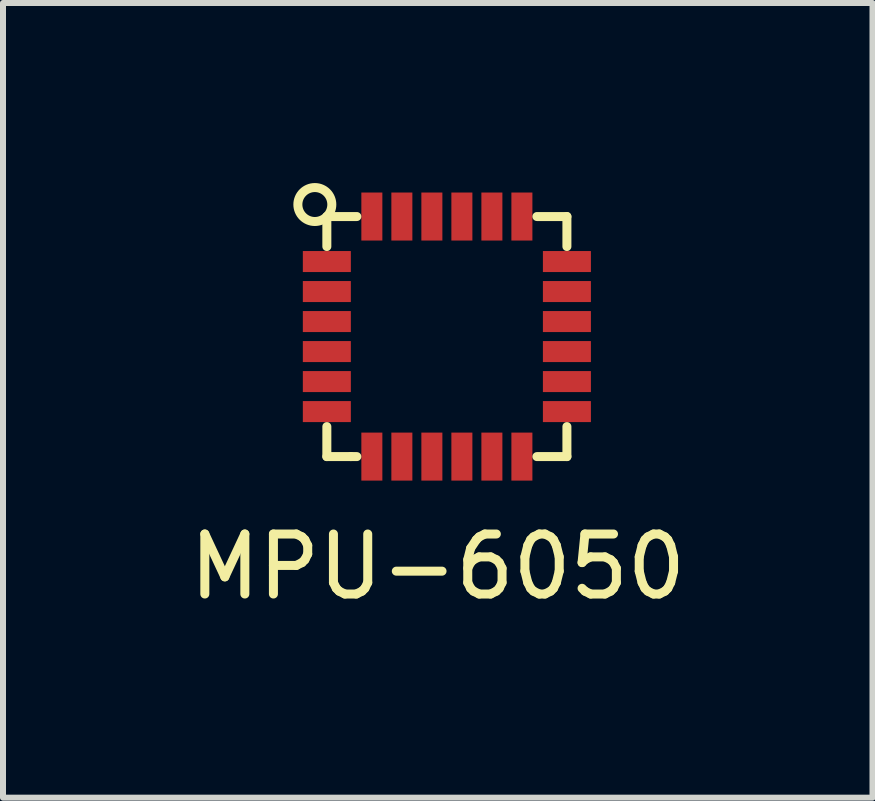
<source format=kicad_pcb>
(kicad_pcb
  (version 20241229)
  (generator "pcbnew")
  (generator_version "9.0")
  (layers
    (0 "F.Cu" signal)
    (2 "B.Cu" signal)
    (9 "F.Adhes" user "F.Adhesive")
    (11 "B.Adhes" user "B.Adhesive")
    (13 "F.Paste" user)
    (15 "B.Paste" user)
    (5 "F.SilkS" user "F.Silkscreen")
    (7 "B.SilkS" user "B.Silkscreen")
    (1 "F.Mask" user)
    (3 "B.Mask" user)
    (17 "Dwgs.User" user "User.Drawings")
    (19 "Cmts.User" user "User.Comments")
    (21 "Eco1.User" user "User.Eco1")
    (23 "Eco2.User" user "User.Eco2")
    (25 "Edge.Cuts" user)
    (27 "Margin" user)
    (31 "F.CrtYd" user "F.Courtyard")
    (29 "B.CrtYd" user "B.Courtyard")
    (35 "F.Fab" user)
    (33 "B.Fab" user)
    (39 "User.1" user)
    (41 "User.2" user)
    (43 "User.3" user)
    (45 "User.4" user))
  (footprint "MPU-6050"
    (layer "F.Cu")
    (at 4.396 2.558)
    (property "Reference" "MPU-6050" (at -0.152 3.835 0) (layer "F.SilkS") (effects (font (size 1 1) (thickness 0.15))))
    (attr through_hole)
    (fp_line (start -2 -2) (end -2 -1.5) (stroke (width 0.15) (type solid)) (layer "F.SilkS"))
    (fp_line (start -2 -2) (end -1.5 -2) (stroke (width 0.15) (type solid)) (layer "F.SilkS"))
    (fp_line (start -2 1.5) (end -2 2) (stroke (width 0.15) (type solid)) (layer "F.SilkS"))
    (fp_line (start -2 2) (end -1.6 2) (stroke (width 0.15) (type solid)) (layer "F.SilkS"))
    (fp_line (start -1.6 2) (end -1.5 2) (stroke (width 0.15) (type solid)) (layer "F.SilkS"))
    (fp_line (start 1.5 2) (end 2 2) (stroke (width 0.15) (type solid)) (layer "F.SilkS"))
    (fp_line (start 2 -2) (end 1.5 -2) (stroke (width 0.15) (type solid)) (layer "F.SilkS"))
    (fp_line (start 2 -1.5) (end 2 -2) (stroke (width 0.15) (type solid)) (layer "F.SilkS"))
    (fp_line (start 2 2) (end 2 1.5) (stroke (width 0.15) (type solid)) (layer "F.SilkS"))
    (fp_circle (center -2.2 -2.2) (end -2 -2) (stroke (width 0.15) (type solid)) (fill no) (layer "F.SilkS"))
    (pad "1" smd rect (at -2 -1.25) (size 0.8 0.35) (layers "F.Cu" "F.Mask" "F.Paste"))
    (pad "2" smd rect (at -2 -0.75) (size 0.8 0.35) (layers "F.Cu" "F.Mask" "F.Paste"))
    (pad "3" smd rect (at -2 -0.25) (size 0.8 0.35) (layers "F.Cu" "F.Mask" "F.Paste"))
    (pad "4" smd rect (at -2 0.25) (size 0.8 0.35) (layers "F.Cu" "F.Mask" "F.Paste"))
    (pad "5" smd rect (at -2 0.75) (size 0.8 0.35) (layers "F.Cu" "F.Mask" "F.Paste"))
    (pad "6" smd rect (at -2 1.25) (size 0.8 0.35) (layers "F.Cu" "F.Mask" "F.Paste"))
    (pad "7" smd rect (at -1.25 2) (size 0.35 0.8) (layers "F.Cu" "F.Mask" "F.Paste"))
    (pad "8" smd rect (at -0.75 2) (size 0.35 0.8) (layers "F.Cu" "F.Mask" "F.Paste"))
    (pad "9" smd rect (at -0.25 2) (size 0.35 0.8) (layers "F.Cu" "F.Mask" "F.Paste"))
    (pad "10" smd rect (at 0.25 2) (size 0.35 0.8) (layers "F.Cu" "F.Mask" "F.Paste"))
    (pad "11" smd rect (at 0.75 2) (size 0.35 0.8) (layers "F.Cu" "F.Mask" "F.Paste"))
    (pad "12" smd rect (at 1.25 2) (size 0.35 0.8) (layers "F.Cu" "F.Mask" "F.Paste"))
    (pad "13" smd rect (at 2 1.25) (size 0.8 0.35) (layers "F.Cu" "F.Mask" "F.Paste"))
    (pad "14" smd rect (at 2 0.75) (size 0.8 0.35) (layers "F.Cu" "F.Mask" "F.Paste"))
    (pad "15" smd rect (at 2 0.25) (size 0.8 0.35) (layers "F.Cu" "F.Mask" "F.Paste"))
    (pad "16" smd rect (at 2 -0.25) (size 0.8 0.35) (layers "F.Cu" "F.Mask" "F.Paste"))
    (pad "17" smd rect (at 2 -0.75) (size 0.8 0.35) (layers "F.Cu" "F.Mask" "F.Paste"))
    (pad "18" smd rect (at 2 -1.25) (size 0.8 0.35) (layers "F.Cu" "F.Mask" "F.Paste"))
    (pad "19" smd rect (at 1.25 -2) (size 0.35 0.8) (layers "F.Cu" "F.Mask" "F.Paste"))
    (pad "20" smd rect (at 0.75 -2) (size 0.35 0.8) (layers "F.Cu" "F.Mask" "F.Paste"))
    (pad "21" smd rect (at 0.25 -2) (size 0.35 0.8) (layers "F.Cu" "F.Mask" "F.Paste"))
    (pad "22" smd rect (at -0.25 -2) (size 0.35 0.8) (layers "F.Cu" "F.Mask" "F.Paste"))
    (pad "23" smd rect (at -0.75 -2) (size 0.35 0.8) (layers "F.Cu" "F.Mask" "F.Paste"))
    (pad "24" smd rect (at -1.25 -2) (size 0.35 0.8) (layers "F.Cu" "F.Mask" "F.Paste")))
  (gr_rect
    (start -3 -3)
    (end 11.488 10.241)
    (stroke (width 0.1) (type default))
    (fill no)
    (layer "Edge.Cuts")))
</source>
